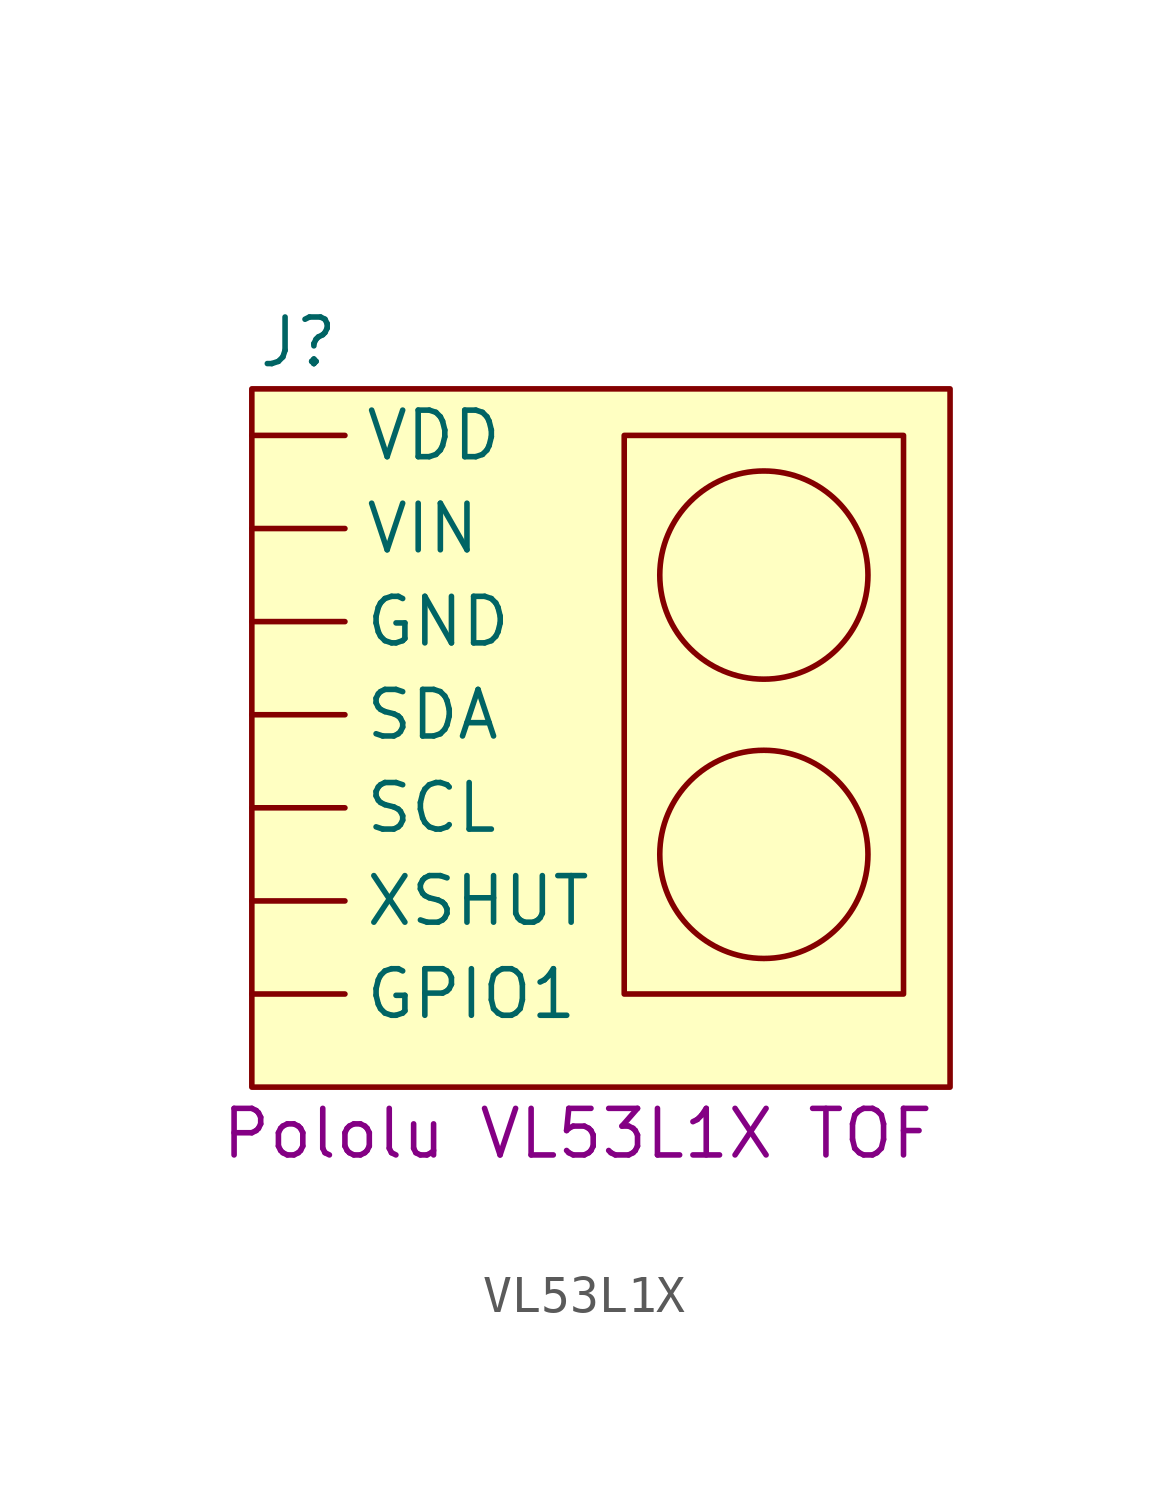
<source format=kicad_sym>
(kicad_symbol_lib
  (version 20220914)
  (generator kicad_symbol_editor)
  (symbol "VL53L1X"
    (pin_numbers hide)
    (property "Reference" "J"
      (at 1.27 -2.54 0)
      (effects (font (size 1.27 1.27))))
    (property "Value" ""
      (at 0 0 0)
      (effects (font (size 1.27 1.27))))
    (property "Description" "Pololu VL53L1X TOF"
      (at 8.89 -24.13 0)
      (effects (font (size 1.27 1.27))))
    (symbol "VL53L1X_0_1"
      (rectangle (start 10.16 -5.08) (end 17.78 -20.32) (stroke (width 0) (type default)) (fill (type none)))
      (circle (center 13.97 -16.51) (radius 2.84) (stroke (width 0) (type default)) (fill (type none)))
      (circle (center 13.97 -8.89) (radius 2.84) (stroke (width 0) (type default)) (fill (type none))))
    (symbol "VL53L1X_1_1"
      (rectangle (start 0 -3.81) (end 19.05 -22.86) (stroke (width 0) (type default)) (fill (type background)))
      (pin input line (at 0 -10.16 0) (length 2.54) (name "GND" (effects (font (size 1.27 1.27)))) (number "GND" (effects (font (size 1.27 1.27)))))
      (pin input line (at 0 -20.32 0) (length 2.54) (name "GPIO1" (effects (font (size 1.27 1.27)))) (number "GPIO1" (effects (font (size 1.27 1.27)))))
      (pin input line (at 0 -15.24 0) (length 2.54) (name "SCL" (effects (font (size 1.27 1.27)))) (number "SCL" (effects (font (size 1.27 1.27)))))
      (pin input line (at 0 -12.7 0) (length 2.54) (name "SDA" (effects (font (size 1.27 1.27)))) (number "SDA" (effects (font (size 1.27 1.27)))))
      (pin input line (at 0 -5.08 0) (length 2.54) (name "VDD" (effects (font (size 1.27 1.27)))) (number "VDD" (effects (font (size 1.27 1.27)))))
      (pin input line (at 0 -7.62 0) (length 2.54) (name "VIN" (effects (font (size 1.27 1.27)))) (number "VIN" (effects (font (size 1.27 1.27)))))
      (pin input line (at 0 -17.78 0) (length 2.54) (name "XSHUT" (effects (font (size 1.27 1.27)))) (number "XSHUT" (effects (font (size 1.27 1.27))))))))
</source>
